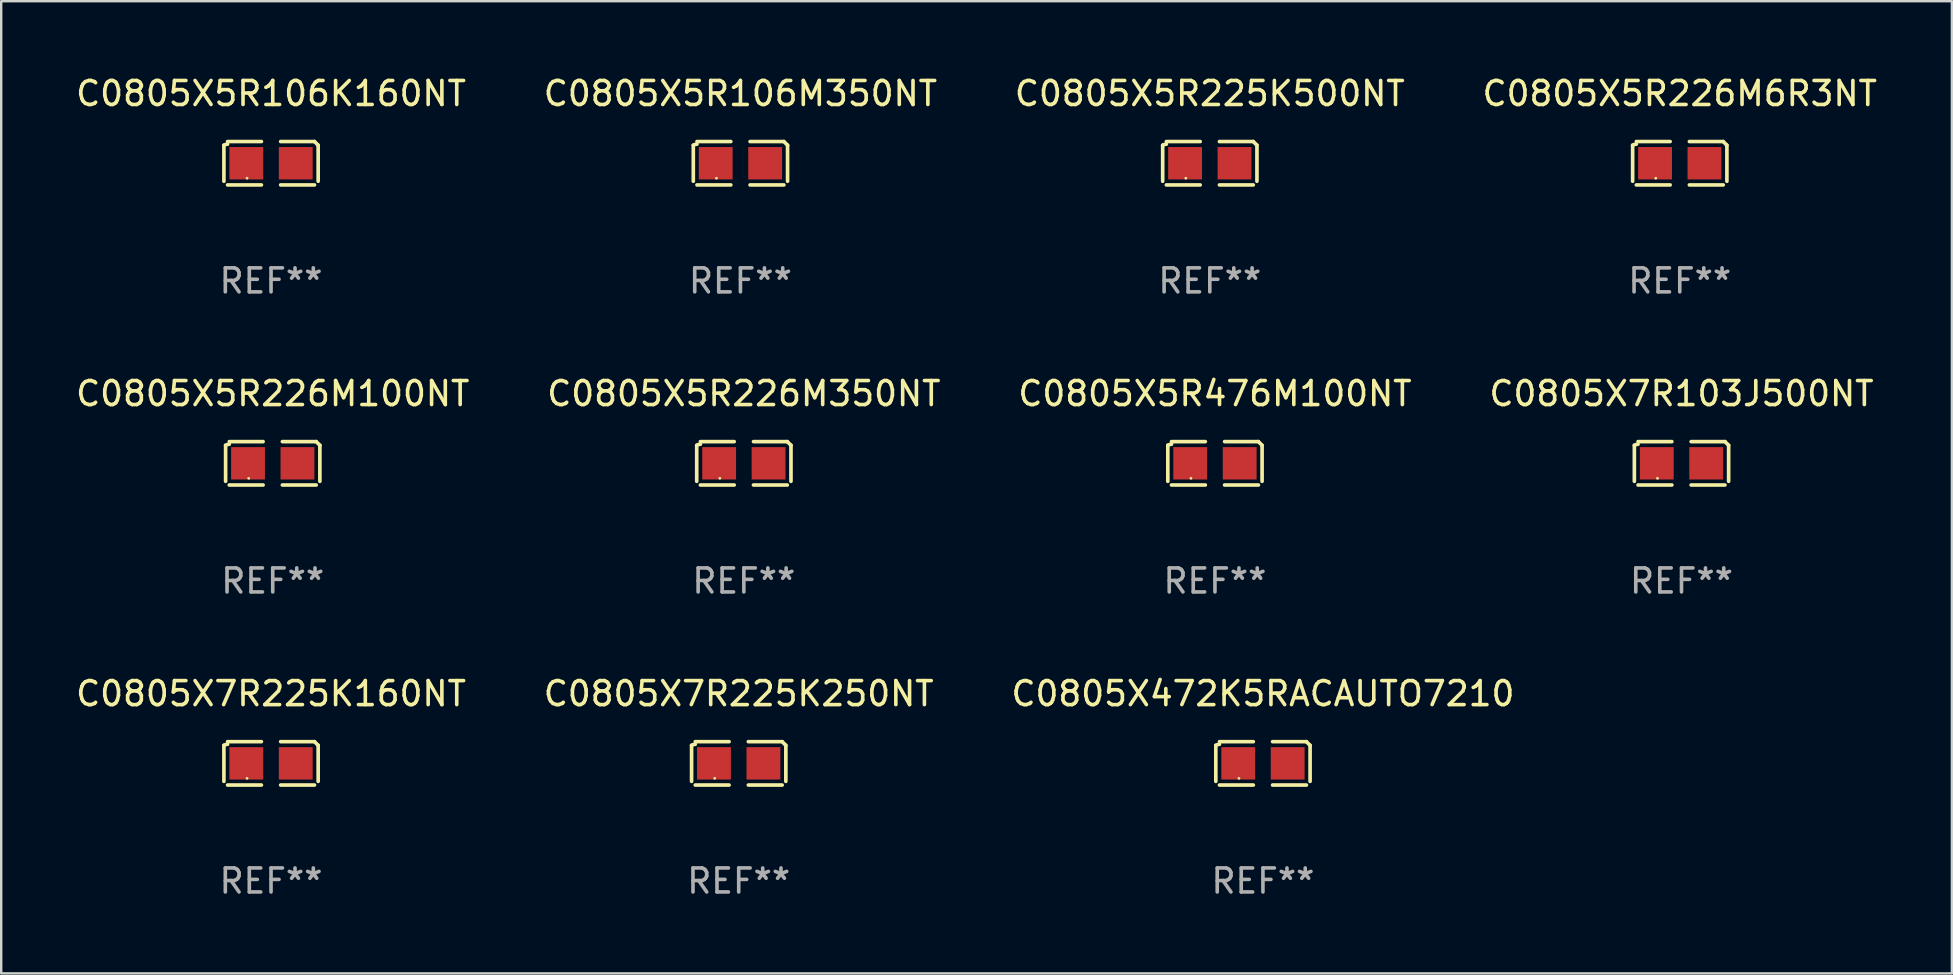
<source format=kicad_pcb>
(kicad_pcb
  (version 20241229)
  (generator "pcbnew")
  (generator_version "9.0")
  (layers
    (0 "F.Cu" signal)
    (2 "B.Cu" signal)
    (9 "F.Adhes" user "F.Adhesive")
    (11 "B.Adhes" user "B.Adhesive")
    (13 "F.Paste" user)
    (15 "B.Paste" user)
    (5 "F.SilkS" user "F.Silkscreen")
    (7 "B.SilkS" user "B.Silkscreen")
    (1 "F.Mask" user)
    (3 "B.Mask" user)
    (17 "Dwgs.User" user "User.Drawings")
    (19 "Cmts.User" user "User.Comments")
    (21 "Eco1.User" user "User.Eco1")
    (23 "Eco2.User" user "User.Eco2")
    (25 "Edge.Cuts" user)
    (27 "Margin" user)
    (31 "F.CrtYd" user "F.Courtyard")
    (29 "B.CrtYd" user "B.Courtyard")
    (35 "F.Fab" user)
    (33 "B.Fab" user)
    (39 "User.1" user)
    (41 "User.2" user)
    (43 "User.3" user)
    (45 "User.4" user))
  (footprint "C0805X7R225K160NT"
    (layer "F.Cu")
    (at 8.244 28.759)
    (property "Reference" "C0805X7R225K160NT" (at 0 -2.904 0) (layer "F.SilkS") (effects (font (size 1 1) (thickness 0.15))))
    (attr through_hole)
    (fp_line (start -1.964 0.751) (end -1.964 -0.751) (stroke (width 0.152) (type solid)) (layer "F.SilkS"))
    (fp_line (start -1.811 -0.904) (end -0.401 -0.904) (stroke (width 0.152) (type solid)) (layer "F.SilkS"))
    (fp_line (start -0.401 0.904) (end -1.811 0.904) (stroke (width 0.152) (type solid)) (layer "F.SilkS"))
    (fp_line (start 0.401 0.904) (end 1.811 0.904) (stroke (width 0.152) (type solid)) (layer "F.SilkS"))
    (fp_line (start 1.811 -0.904) (end 0.401 -0.904) (stroke (width 0.152) (type solid)) (layer "F.SilkS"))
    (fp_line (start 1.964 0.751) (end 1.964 -0.751) (stroke (width 0.152) (type solid)) (layer "F.SilkS"))
    (fp_arc (start -1.963602 -0.751207) (mid -1.890354 -0.783131) (end -1.811201 -0.794044) (stroke (width 0.1524) (type solid)) (layer "F.SilkS"))
    (fp_arc (start 1.811202 -0.903607) (mid 1.887413 -0.827418) (end 1.963602 -0.751207) (stroke (width 0.1524) (type solid)) (layer "F.SilkS"))
    (fp_circle (center -1 0.625) (end -0.97 0.625) (stroke (width 0.06) (type solid)) (fill no) (layer "F.SilkS"))
    (fp_text user "REF**" (at 0 4.904 0) (layer "F.Fab") (effects (font (size 1 1) (thickness 0.15))))
    (pad "1" smd rect (at -1.03 0) (size 1.41 1.35) (layers "F.Cu" "F.Mask" "F.Paste"))
    (pad "2" smd rect (at 1.03 0) (size 1.41 1.35) (layers "F.Cu" "F.Mask" "F.Paste")))
  (footprint "C0805X5R225K500NT"
    (layer "F.Cu")
    (at 47.363 3.752)
    (property "Reference" "C0805X5R225K500NT" (at 0 -2.904 0) (layer "F.SilkS") (effects (font (size 1 1) (thickness 0.15))))
    (attr through_hole)
    (fp_line (start -1.964 0.751) (end -1.964 -0.751) (stroke (width 0.152) (type solid)) (layer "F.SilkS"))
    (fp_line (start -1.811 -0.904) (end -0.401 -0.904) (stroke (width 0.152) (type solid)) (layer "F.SilkS"))
    (fp_line (start -0.401 0.904) (end -1.811 0.904) (stroke (width 0.152) (type solid)) (layer "F.SilkS"))
    (fp_line (start 0.401 0.904) (end 1.811 0.904) (stroke (width 0.152) (type solid)) (layer "F.SilkS"))
    (fp_line (start 1.811 -0.904) (end 0.401 -0.904) (stroke (width 0.152) (type solid)) (layer "F.SilkS"))
    (fp_line (start 1.964 0.751) (end 1.964 -0.751) (stroke (width 0.152) (type solid)) (layer "F.SilkS"))
    (fp_arc (start -1.963602 -0.751207) (mid -1.890354 -0.783131) (end -1.811201 -0.794044) (stroke (width 0.1524) (type solid)) (layer "F.SilkS"))
    (fp_arc (start 1.811202 -0.903607) (mid 1.887413 -0.827418) (end 1.963602 -0.751207) (stroke (width 0.1524) (type solid)) (layer "F.SilkS"))
    (fp_circle (center -1 0.625) (end -0.97 0.625) (stroke (width 0.06) (type solid)) (fill no) (layer "F.SilkS"))
    (fp_text user "REF**" (at 0 4.904 0) (layer "F.Fab") (effects (font (size 1 1) (thickness 0.15))))
    (pad "1" smd rect (at -1.03 0) (size 1.41 1.35) (layers "F.Cu" "F.Mask" "F.Paste"))
    (pad "2" smd rect (at 1.03 0) (size 1.41 1.35) (layers "F.Cu" "F.Mask" "F.Paste")))
  (footprint "C0805X5R226M100NT"
    (layer "F.Cu")
    (at 8.315 16.256)
    (property "Reference" "C0805X5R226M100NT" (at 0 -2.904 0) (layer "F.SilkS") (effects (font (size 1 1) (thickness 0.15))))
    (attr through_hole)
    (fp_line (start -1.964 0.751) (end -1.964 -0.751) (stroke (width 0.152) (type solid)) (layer "F.SilkS"))
    (fp_line (start -1.811 -0.904) (end -0.401 -0.904) (stroke (width 0.152) (type solid)) (layer "F.SilkS"))
    (fp_line (start -0.401 0.904) (end -1.811 0.904) (stroke (width 0.152) (type solid)) (layer "F.SilkS"))
    (fp_line (start 0.401 0.904) (end 1.811 0.904) (stroke (width 0.152) (type solid)) (layer "F.SilkS"))
    (fp_line (start 1.811 -0.904) (end 0.401 -0.904) (stroke (width 0.152) (type solid)) (layer "F.SilkS"))
    (fp_line (start 1.964 0.751) (end 1.964 -0.751) (stroke (width 0.152) (type solid)) (layer "F.SilkS"))
    (fp_arc (start -1.963602 -0.751207) (mid -1.890354 -0.783131) (end -1.811201 -0.794044) (stroke (width 0.1524) (type solid)) (layer "F.SilkS"))
    (fp_arc (start 1.811202 -0.903607) (mid 1.887413 -0.827418) (end 1.963602 -0.751207) (stroke (width 0.1524) (type solid)) (layer "F.SilkS"))
    (fp_circle (center -1 0.625) (end -0.97 0.625) (stroke (width 0.06) (type solid)) (fill no) (layer "F.SilkS"))
    (fp_text user "REF**" (at 0 4.904 0) (layer "F.Fab") (effects (font (size 1 1) (thickness 0.15))))
    (pad "1" smd rect (at -1.03 0) (size 1.41 1.35) (layers "F.Cu" "F.Mask" "F.Paste"))
    (pad "2" smd rect (at 1.03 0) (size 1.41 1.35) (layers "F.Cu" "F.Mask" "F.Paste")))
  (footprint "C0805X5R226M6R3NT"
    (layer "F.Cu")
    (at 66.946 3.752)
    (property "Reference" "C0805X5R226M6R3NT" (at 0 -2.904 0) (layer "F.SilkS") (effects (font (size 1 1) (thickness 0.15))))
    (attr through_hole)
    (fp_line (start -1.964 0.751) (end -1.964 -0.751) (stroke (width 0.152) (type solid)) (layer "F.SilkS"))
    (fp_line (start -1.811 -0.904) (end -0.401 -0.904) (stroke (width 0.152) (type solid)) (layer "F.SilkS"))
    (fp_line (start -0.401 0.904) (end -1.811 0.904) (stroke (width 0.152) (type solid)) (layer "F.SilkS"))
    (fp_line (start 0.401 0.904) (end 1.811 0.904) (stroke (width 0.152) (type solid)) (layer "F.SilkS"))
    (fp_line (start 1.811 -0.904) (end 0.401 -0.904) (stroke (width 0.152) (type solid)) (layer "F.SilkS"))
    (fp_line (start 1.964 0.751) (end 1.964 -0.751) (stroke (width 0.152) (type solid)) (layer "F.SilkS"))
    (fp_arc (start -1.963602 -0.751207) (mid -1.890354 -0.783131) (end -1.811201 -0.794044) (stroke (width 0.1524) (type solid)) (layer "F.SilkS"))
    (fp_arc (start 1.811202 -0.903607) (mid 1.887413 -0.827418) (end 1.963602 -0.751207) (stroke (width 0.1524) (type solid)) (layer "F.SilkS"))
    (fp_circle (center -1 0.625) (end -0.97 0.625) (stroke (width 0.06) (type solid)) (fill no) (layer "F.SilkS"))
    (fp_text user "REF**" (at 0 4.904 0) (layer "F.Fab") (effects (font (size 1 1) (thickness 0.15))))
    (pad "1" smd rect (at -1.03 0) (size 1.41 1.35) (layers "F.Cu" "F.Mask" "F.Paste"))
    (pad "2" smd rect (at 1.03 0) (size 1.41 1.35) (layers "F.Cu" "F.Mask" "F.Paste")))
  (footprint "C0805X5R226M350NT"
    (layer "F.Cu")
    (at 27.946 16.256)
    (property "Reference" "C0805X5R226M350NT" (at 0 -2.904 0) (layer "F.SilkS") (effects (font (size 1 1) (thickness 0.15))))
    (attr through_hole)
    (fp_line (start -1.964 0.751) (end -1.964 -0.751) (stroke (width 0.152) (type solid)) (layer "F.SilkS"))
    (fp_line (start -1.811 -0.904) (end -0.401 -0.904) (stroke (width 0.152) (type solid)) (layer "F.SilkS"))
    (fp_line (start -0.401 0.904) (end -1.811 0.904) (stroke (width 0.152) (type solid)) (layer "F.SilkS"))
    (fp_line (start 0.401 0.904) (end 1.811 0.904) (stroke (width 0.152) (type solid)) (layer "F.SilkS"))
    (fp_line (start 1.811 -0.904) (end 0.401 -0.904) (stroke (width 0.152) (type solid)) (layer "F.SilkS"))
    (fp_line (start 1.964 0.751) (end 1.964 -0.751) (stroke (width 0.152) (type solid)) (layer "F.SilkS"))
    (fp_arc (start -1.963602 -0.751207) (mid -1.890354 -0.783131) (end -1.811201 -0.794044) (stroke (width 0.1524) (type solid)) (layer "F.SilkS"))
    (fp_arc (start 1.811202 -0.903607) (mid 1.887413 -0.827418) (end 1.963602 -0.751207) (stroke (width 0.1524) (type solid)) (layer "F.SilkS"))
    (fp_circle (center -1 0.625) (end -0.97 0.625) (stroke (width 0.06) (type solid)) (fill no) (layer "F.SilkS"))
    (fp_text user "REF**" (at 0 4.904 0) (layer "F.Fab") (effects (font (size 1 1) (thickness 0.15))))
    (pad "1" smd rect (at -1.03 0) (size 1.41 1.35) (layers "F.Cu" "F.Mask" "F.Paste"))
    (pad "2" smd rect (at 1.03 0) (size 1.41 1.35) (layers "F.Cu" "F.Mask" "F.Paste")))
  (footprint "C0805X7R225K250NT"
    (layer "F.Cu")
    (at 27.732 28.759)
    (property "Reference" "C0805X7R225K250NT" (at 0 -2.904 0) (layer "F.SilkS") (effects (font (size 1 1) (thickness 0.15))))
    (attr through_hole)
    (fp_line (start -1.964 0.751) (end -1.964 -0.751) (stroke (width 0.152) (type solid)) (layer "F.SilkS"))
    (fp_line (start -1.811 -0.904) (end -0.401 -0.904) (stroke (width 0.152) (type solid)) (layer "F.SilkS"))
    (fp_line (start -0.401 0.904) (end -1.811 0.904) (stroke (width 0.152) (type solid)) (layer "F.SilkS"))
    (fp_line (start 0.401 0.904) (end 1.811 0.904) (stroke (width 0.152) (type solid)) (layer "F.SilkS"))
    (fp_line (start 1.811 -0.904) (end 0.401 -0.904) (stroke (width 0.152) (type solid)) (layer "F.SilkS"))
    (fp_line (start 1.964 0.751) (end 1.964 -0.751) (stroke (width 0.152) (type solid)) (layer "F.SilkS"))
    (fp_arc (start -1.963602 -0.751207) (mid -1.890354 -0.783131) (end -1.811201 -0.794044) (stroke (width 0.1524) (type solid)) (layer "F.SilkS"))
    (fp_arc (start 1.811202 -0.903607) (mid 1.887413 -0.827418) (end 1.963602 -0.751207) (stroke (width 0.1524) (type solid)) (layer "F.SilkS"))
    (fp_circle (center -1 0.625) (end -0.97 0.625) (stroke (width 0.06) (type solid)) (fill no) (layer "F.SilkS"))
    (fp_text user "REF**" (at 0 4.904 0) (layer "F.Fab") (effects (font (size 1 1) (thickness 0.15))))
    (pad "1" smd rect (at -1.03 0) (size 1.41 1.35) (layers "F.Cu" "F.Mask" "F.Paste"))
    (pad "2" smd rect (at 1.03 0) (size 1.41 1.35) (layers "F.Cu" "F.Mask" "F.Paste")))
  (footprint "C0805X7R103J500NT"
    (layer "F.Cu")
    (at 67.018 16.256)
    (property "Reference" "C0805X7R103J500NT" (at 0 -2.904 0) (layer "F.SilkS") (effects (font (size 1 1) (thickness 0.15))))
    (attr through_hole)
    (fp_line (start -1.964 0.751) (end -1.964 -0.751) (stroke (width 0.152) (type solid)) (layer "F.SilkS"))
    (fp_line (start -1.811 -0.904) (end -0.401 -0.904) (stroke (width 0.152) (type solid)) (layer "F.SilkS"))
    (fp_line (start -0.401 0.904) (end -1.811 0.904) (stroke (width 0.152) (type solid)) (layer "F.SilkS"))
    (fp_line (start 0.401 0.904) (end 1.811 0.904) (stroke (width 0.152) (type solid)) (layer "F.SilkS"))
    (fp_line (start 1.811 -0.904) (end 0.401 -0.904) (stroke (width 0.152) (type solid)) (layer "F.SilkS"))
    (fp_line (start 1.964 0.751) (end 1.964 -0.751) (stroke (width 0.152) (type solid)) (layer "F.SilkS"))
    (fp_arc (start -1.963602 -0.751207) (mid -1.890354 -0.783131) (end -1.811201 -0.794044) (stroke (width 0.1524) (type solid)) (layer "F.SilkS"))
    (fp_arc (start 1.811202 -0.903607) (mid 1.887413 -0.827418) (end 1.963602 -0.751207) (stroke (width 0.1524) (type solid)) (layer "F.SilkS"))
    (fp_circle (center -1 0.625) (end -0.97 0.625) (stroke (width 0.06) (type solid)) (fill no) (layer "F.SilkS"))
    (fp_text user "REF**" (at 0 4.904 0) (layer "F.Fab") (effects (font (size 1 1) (thickness 0.15))))
    (pad "1" smd rect (at -1.03 0) (size 1.41 1.35) (layers "F.Cu" "F.Mask" "F.Paste"))
    (pad "2" smd rect (at 1.03 0) (size 1.41 1.35) (layers "F.Cu" "F.Mask" "F.Paste")))
  (footprint "C0805X5R476M100NT"
    (layer "F.Cu")
    (at 47.577 16.256)
    (property "Reference" "C0805X5R476M100NT" (at 0 -2.904 0) (layer "F.SilkS") (effects (font (size 1 1) (thickness 0.15))))
    (attr through_hole)
    (fp_line (start -1.964 0.751) (end -1.964 -0.751) (stroke (width 0.152) (type solid)) (layer "F.SilkS"))
    (fp_line (start -1.811 -0.904) (end -0.401 -0.904) (stroke (width 0.152) (type solid)) (layer "F.SilkS"))
    (fp_line (start -0.401 0.904) (end -1.811 0.904) (stroke (width 0.152) (type solid)) (layer "F.SilkS"))
    (fp_line (start 0.401 0.904) (end 1.811 0.904) (stroke (width 0.152) (type solid)) (layer "F.SilkS"))
    (fp_line (start 1.811 -0.904) (end 0.401 -0.904) (stroke (width 0.152) (type solid)) (layer "F.SilkS"))
    (fp_line (start 1.964 0.751) (end 1.964 -0.751) (stroke (width 0.152) (type solid)) (layer "F.SilkS"))
    (fp_arc (start -1.963602 -0.751207) (mid -1.890354 -0.783131) (end -1.811201 -0.794044) (stroke (width 0.1524) (type solid)) (layer "F.SilkS"))
    (fp_arc (start 1.811202 -0.903607) (mid 1.887413 -0.827418) (end 1.963602 -0.751207) (stroke (width 0.1524) (type solid)) (layer "F.SilkS"))
    (fp_circle (center -1 0.625) (end -0.97 0.625) (stroke (width 0.06) (type solid)) (fill no) (layer "F.SilkS"))
    (fp_text user "REF**" (at 0 4.904 0) (layer "F.Fab") (effects (font (size 1 1) (thickness 0.15))))
    (pad "1" smd rect (at -1.03 0) (size 1.41 1.35) (layers "F.Cu" "F.Mask" "F.Paste"))
    (pad "2" smd rect (at 1.03 0) (size 1.41 1.35) (layers "F.Cu" "F.Mask" "F.Paste")))
  (footprint "C0805X5R106K160NT"
    (layer "F.Cu")
    (at 8.244 3.752)
    (property "Reference" "C0805X5R106K160NT" (at 0 -2.904 0) (layer "F.SilkS") (effects (font (size 1 1) (thickness 0.15))))
    (attr through_hole)
    (fp_line (start -1.964 0.751) (end -1.964 -0.751) (stroke (width 0.152) (type solid)) (layer "F.SilkS"))
    (fp_line (start -1.811 -0.904) (end -0.401 -0.904) (stroke (width 0.152) (type solid)) (layer "F.SilkS"))
    (fp_line (start -0.401 0.904) (end -1.811 0.904) (stroke (width 0.152) (type solid)) (layer "F.SilkS"))
    (fp_line (start 0.401 0.904) (end 1.811 0.904) (stroke (width 0.152) (type solid)) (layer "F.SilkS"))
    (fp_line (start 1.811 -0.904) (end 0.401 -0.904) (stroke (width 0.152) (type solid)) (layer "F.SilkS"))
    (fp_line (start 1.964 0.751) (end 1.964 -0.751) (stroke (width 0.152) (type solid)) (layer "F.SilkS"))
    (fp_arc (start -1.963602 -0.751207) (mid -1.890354 -0.783131) (end -1.811201 -0.794044) (stroke (width 0.1524) (type solid)) (layer "F.SilkS"))
    (fp_arc (start 1.811202 -0.903607) (mid 1.887413 -0.827418) (end 1.963602 -0.751207) (stroke (width 0.1524) (type solid)) (layer "F.SilkS"))
    (fp_circle (center -1 0.625) (end -0.97 0.625) (stroke (width 0.06) (type solid)) (fill no) (layer "F.SilkS"))
    (fp_text user "REF**" (at 0 4.904 0) (layer "F.Fab") (effects (font (size 1 1) (thickness 0.15))))
    (pad "1" smd rect (at -1.03 0) (size 1.41 1.35) (layers "F.Cu" "F.Mask" "F.Paste"))
    (pad "2" smd rect (at 1.03 0) (size 1.41 1.35) (layers "F.Cu" "F.Mask" "F.Paste")))
  (footprint "C0805X5R106M350NT"
    (layer "F.Cu")
    (at 27.804 3.752)
    (property "Reference" "C0805X5R106M350NT" (at 0 -2.904 0) (layer "F.SilkS") (effects (font (size 1 1) (thickness 0.15))))
    (attr through_hole)
    (fp_line (start -1.964 0.751) (end -1.964 -0.751) (stroke (width 0.152) (type solid)) (layer "F.SilkS"))
    (fp_line (start -1.811 -0.904) (end -0.401 -0.904) (stroke (width 0.152) (type solid)) (layer "F.SilkS"))
    (fp_line (start -0.401 0.904) (end -1.811 0.904) (stroke (width 0.152) (type solid)) (layer "F.SilkS"))
    (fp_line (start 0.401 0.904) (end 1.811 0.904) (stroke (width 0.152) (type solid)) (layer "F.SilkS"))
    (fp_line (start 1.811 -0.904) (end 0.401 -0.904) (stroke (width 0.152) (type solid)) (layer "F.SilkS"))
    (fp_line (start 1.964 0.751) (end 1.964 -0.751) (stroke (width 0.152) (type solid)) (layer "F.SilkS"))
    (fp_arc (start -1.963602 -0.751207) (mid -1.890354 -0.783131) (end -1.811201 -0.794044) (stroke (width 0.1524) (type solid)) (layer "F.SilkS"))
    (fp_arc (start 1.811202 -0.903607) (mid 1.887413 -0.827418) (end 1.963602 -0.751207) (stroke (width 0.1524) (type solid)) (layer "F.SilkS"))
    (fp_circle (center -1 0.625) (end -0.97 0.625) (stroke (width 0.06) (type solid)) (fill no) (layer "F.SilkS"))
    (fp_text user "REF**" (at 0 4.904 0) (layer "F.Fab") (effects (font (size 1 1) (thickness 0.15))))
    (pad "1" smd rect (at -1.03 0) (size 1.41 1.35) (layers "F.Cu" "F.Mask" "F.Paste"))
    (pad "2" smd rect (at 1.03 0) (size 1.41 1.35) (layers "F.Cu" "F.Mask" "F.Paste")))
  (footprint "C0805X472K5RACAUTO7210"
    (layer "F.Cu")
    (at 49.577 28.759)
    (property "Reference" "C0805X472K5RACAUTO7210" (at 0 -2.904 0) (layer "F.SilkS") (effects (font (size 1 1) (thickness 0.15))))
    (attr through_hole)
    (fp_line (start -1.964 0.751) (end -1.964 -0.751) (stroke (width 0.152) (type solid)) (layer "F.SilkS"))
    (fp_line (start -1.811 -0.904) (end -0.401 -0.904) (stroke (width 0.152) (type solid)) (layer "F.SilkS"))
    (fp_line (start -0.401 0.904) (end -1.811 0.904) (stroke (width 0.152) (type solid)) (layer "F.SilkS"))
    (fp_line (start 0.401 0.904) (end 1.811 0.904) (stroke (width 0.152) (type solid)) (layer "F.SilkS"))
    (fp_line (start 1.811 -0.904) (end 0.401 -0.904) (stroke (width 0.152) (type solid)) (layer "F.SilkS"))
    (fp_line (start 1.964 0.751) (end 1.964 -0.751) (stroke (width 0.152) (type solid)) (layer "F.SilkS"))
    (fp_arc (start -1.963602 -0.751207) (mid -1.890354 -0.783131) (end -1.811201 -0.794044) (stroke (width 0.1524) (type solid)) (layer "F.SilkS"))
    (fp_arc (start 1.811202 -0.903607) (mid 1.887413 -0.827418) (end 1.963602 -0.751207) (stroke (width 0.1524) (type solid)) (layer "F.SilkS"))
    (fp_circle (center -1 0.625) (end -0.97 0.625) (stroke (width 0.06) (type solid)) (fill no) (layer "F.SilkS"))
    (fp_text user "REF**" (at 0 4.904 0) (layer "F.Fab") (effects (font (size 1 1) (thickness 0.15))))
    (pad "1" smd rect (at -1.03 0) (size 1.41 1.35) (layers "F.Cu" "F.Mask" "F.Paste"))
    (pad "2" smd rect (at 1.03 0) (size 1.41 1.35) (layers "F.Cu" "F.Mask" "F.Paste")))
  (gr_rect
    (start -3 -3)
    (end 78.286 37.511)
    (stroke (width 0.1) (type default))
    (fill no)
    (layer "Edge.Cuts")))
</source>
